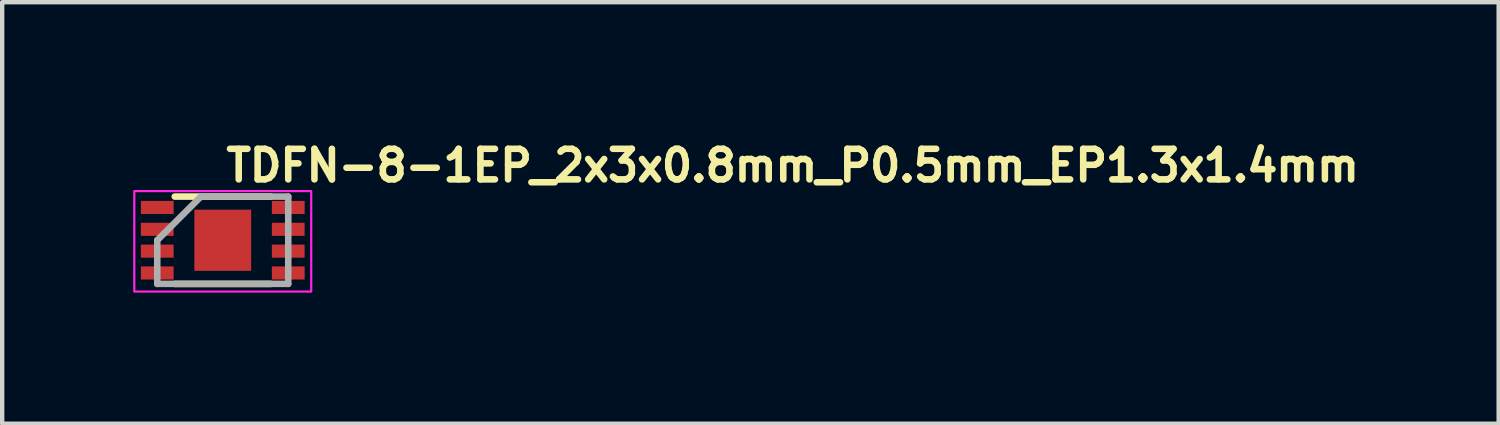
<source format=kicad_pcb>
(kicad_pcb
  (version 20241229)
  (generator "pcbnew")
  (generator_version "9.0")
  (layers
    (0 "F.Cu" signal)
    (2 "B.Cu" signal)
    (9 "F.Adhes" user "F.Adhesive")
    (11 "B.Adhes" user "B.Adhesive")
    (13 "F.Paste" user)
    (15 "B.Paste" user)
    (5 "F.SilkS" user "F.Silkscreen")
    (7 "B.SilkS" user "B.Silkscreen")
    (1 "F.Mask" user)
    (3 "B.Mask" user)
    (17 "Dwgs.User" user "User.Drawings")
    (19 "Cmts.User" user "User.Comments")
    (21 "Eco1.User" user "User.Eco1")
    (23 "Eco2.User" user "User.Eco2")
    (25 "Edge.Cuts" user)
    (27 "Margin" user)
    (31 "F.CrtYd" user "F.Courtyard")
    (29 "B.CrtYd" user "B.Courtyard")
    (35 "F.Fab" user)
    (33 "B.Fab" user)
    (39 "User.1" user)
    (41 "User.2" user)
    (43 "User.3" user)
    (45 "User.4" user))
  (footprint "TDFN-8-1EP_2x3x0.8mm_P0.5mm_EP1.3x1.4mm"
    (layer "F.Cu")
    (at 2.05 2.45)
    (property "Reference" "TDFN-8-1EP_2x3x0.8mm_P0.5mm_EP1.3x1.4mm" (at 0 -1.3 0) (layer "F.SilkS") (effects (font (size 0.7 0.7) (thickness 0.15)) (justify left bottom)))
    (attr smd)
    (fp_line (start -1.1 -1) (end 1.1 -1) (stroke (width 0.15) (type solid)) (layer "F.SilkS"))
    (fp_line (start -1.1 1) (end 1.1 1) (stroke (width 0.15) (type solid)) (layer "F.SilkS"))
    (fp_rect (start -2.025 -1.125) (end 2.025 1.175) (stroke (width 0.05) (type solid)) (fill no) (layer "F.CrtYd"))
    (fp_line (start -1.5 0) (end -0.5 -1) (stroke (width 0.15) (type solid)) (layer "F.Fab"))
    (fp_line (start -1.5 0.999) (end -1.5 0) (stroke (width 0.15) (type solid)) (layer "F.Fab"))
    (fp_line (start -0.5 -1) (end 1.499 -1) (stroke (width 0.15) (type solid)) (layer "F.Fab"))
    (fp_line (start 1.499 -1) (end 1.499 0.999) (stroke (width 0.15) (type solid)) (layer "F.Fab"))
    (fp_line (start 1.499 0.999) (end -1.5 0.999) (stroke (width 0.15) (type solid)) (layer "F.Fab"))
    (fp_line (start -1.52 -0.85) (end -1.5 -0.85) (stroke (width 0.01) (type solid)) (layer "User.9"))
    (fp_line (start -1.52 -0.6) (end -1.52 -0.85) (stroke (width 0.01) (type solid)) (layer "User.9"))
    (fp_line (start -1.52 -0.35) (end -1.5 -0.35) (stroke (width 0.01) (type solid)) (layer "User.9"))
    (fp_line (start -1.52 -0.1) (end -1.52 -0.35) (stroke (width 0.01) (type solid)) (layer "User.9"))
    (fp_line (start -1.52 0.15) (end -1.5 0.15) (stroke (width 0.01) (type solid)) (layer "User.9"))
    (fp_line (start -1.52 0.4) (end -1.52 0.15) (stroke (width 0.01) (type solid)) (layer "User.9"))
    (fp_line (start -1.52 0.65) (end -1.5 0.65) (stroke (width 0.01) (type solid)) (layer "User.9"))
    (fp_line (start -1.52 0.9) (end -1.52 0.65) (stroke (width 0.01) (type solid)) (layer "User.9"))
    (fp_line (start -1.5 -0.975) (end 1.5 -0.975) (stroke (width 0.01) (type solid)) (layer "User.9"))
    (fp_line (start -1.5 -0.6) (end -1.52 -0.6) (stroke (width 0.01) (type solid)) (layer "User.9"))
    (fp_line (start -1.5 -0.1) (end -1.52 -0.1) (stroke (width 0.01) (type solid)) (layer "User.9"))
    (fp_line (start -1.5 0.4) (end -1.52 0.4) (stroke (width 0.01) (type solid)) (layer "User.9"))
    (fp_line (start -1.5 0.9) (end -1.52 0.9) (stroke (width 0.01) (type solid)) (layer "User.9"))
    (fp_line (start -1.5 1.025) (end -1.5 -0.975) (stroke (width 0.01) (type solid)) (layer "User.9"))
    (fp_line (start -1.38 -0.677) (end -1.38 -0.677) (stroke (width 0.01) (type solid)) (layer "User.9"))
    (fp_line (start -1.38 -0.677) (end -1.38 -0.668) (stroke (width 0.01) (type solid)) (layer "User.9"))
    (fp_line (start -1.38 -0.686) (end -1.38 -0.677) (stroke (width 0.01) (type solid)) (layer "User.9"))
    (fp_line (start -1.38 -0.668) (end -1.379 -0.659) (stroke (width 0.01) (type solid)) (layer "User.9"))
    (fp_line (start -1.379 -0.695) (end -1.38 -0.686) (stroke (width 0.01) (type solid)) (layer "User.9"))
    (fp_line (start -1.379 -0.659) (end -1.378 -0.65) (stroke (width 0.01) (type solid)) (layer "User.9"))
    (fp_line (start -1.378 -0.704) (end -1.379 -0.695) (stroke (width 0.01) (type solid)) (layer "User.9"))
    (fp_line (start -1.378 -0.65) (end -1.376 -0.642) (stroke (width 0.01) (type solid)) (layer "User.9"))
    (fp_line (start -1.376 -0.712) (end -1.378 -0.704) (stroke (width 0.01) (type solid)) (layer "User.9"))
    (fp_line (start -1.376 -0.642) (end -1.374 -0.633) (stroke (width 0.01) (type solid)) (layer "User.9"))
    (fp_line (start -1.374 -0.721) (end -1.376 -0.712) (stroke (width 0.01) (type solid)) (layer "User.9"))
    (fp_line (start -1.374 -0.633) (end -1.372 -0.625) (stroke (width 0.01) (type solid)) (layer "User.9"))
    (fp_line (start -1.372 -0.729) (end -1.374 -0.721) (stroke (width 0.01) (type solid)) (layer "User.9"))
    (fp_line (start -1.372 -0.625) (end -1.369 -0.617) (stroke (width 0.01) (type solid)) (layer "User.9"))
    (fp_line (start -1.369 -0.737) (end -1.372 -0.729) (stroke (width 0.01) (type solid)) (layer "User.9"))
    (fp_line (start -1.369 -0.617) (end -1.366 -0.609) (stroke (width 0.01) (type solid)) (layer "User.9"))
    (fp_line (start -1.366 -0.745) (end -1.369 -0.737) (stroke (width 0.01) (type solid)) (layer "User.9"))
    (fp_line (start -1.366 -0.609) (end -1.363 -0.601) (stroke (width 0.01) (type solid)) (layer "User.9"))
    (fp_line (start -1.363 -0.753) (end -1.366 -0.745) (stroke (width 0.01) (type solid)) (layer "User.9"))
    (fp_line (start -1.363 -0.601) (end -1.359 -0.593) (stroke (width 0.01) (type solid)) (layer "User.9"))
    (fp_line (start -1.359 -0.76) (end -1.363 -0.753) (stroke (width 0.01) (type solid)) (layer "User.9"))
    (fp_line (start -1.359 -0.593) (end -1.355 -0.586) (stroke (width 0.01) (type solid)) (layer "User.9"))
    (fp_line (start -1.355 -0.768) (end -1.359 -0.76) (stroke (width 0.01) (type solid)) (layer "User.9"))
    (fp_line (start -1.355 -0.586) (end -1.35 -0.579) (stroke (width 0.01) (type solid)) (layer "User.9"))
    (fp_line (start -1.35 -0.775) (end -1.355 -0.768) (stroke (width 0.01) (type solid)) (layer "User.9"))
    (fp_line (start -1.35 -0.579) (end -1.345 -0.572) (stroke (width 0.01) (type solid)) (layer "User.9"))
    (fp_line (start -1.345 -0.782) (end -1.35 -0.775) (stroke (width 0.01) (type solid)) (layer "User.9"))
    (fp_line (start -1.345 -0.572) (end -1.34 -0.566) (stroke (width 0.01) (type solid)) (layer "User.9"))
    (fp_line (start -1.34 -0.788) (end -1.345 -0.782) (stroke (width 0.01) (type solid)) (layer "User.9"))
    (fp_line (start -1.34 -0.566) (end -1.334 -0.559) (stroke (width 0.01) (type solid)) (layer "User.9"))
    (fp_line (start -1.334 -0.795) (end -1.34 -0.788) (stroke (width 0.01) (type solid)) (layer "User.9"))
    (fp_line (start -1.334 -0.559) (end -1.329 -0.553) (stroke (width 0.01) (type solid)) (layer "User.9"))
    (fp_line (start -1.329 -0.801) (end -1.334 -0.795) (stroke (width 0.01) (type solid)) (layer "User.9"))
    (fp_line (start -1.329 -0.553) (end -1.323 -0.547) (stroke (width 0.01) (type solid)) (layer "User.9"))
    (fp_line (start -1.323 -0.806) (end -1.329 -0.801) (stroke (width 0.01) (type solid)) (layer "User.9"))
    (fp_line (start -1.323 -0.547) (end -1.316 -0.542) (stroke (width 0.01) (type solid)) (layer "User.9"))
    (fp_line (start -1.316 -0.812) (end -1.323 -0.806) (stroke (width 0.01) (type solid)) (layer "User.9"))
    (fp_line (start -1.316 -0.542) (end -1.31 -0.537) (stroke (width 0.01) (type solid)) (layer "User.9"))
    (fp_line (start -1.31 -0.817) (end -1.316 -0.812) (stroke (width 0.01) (type solid)) (layer "User.9"))
    (fp_line (start -1.31 -0.537) (end -1.303 -0.532) (stroke (width 0.01) (type solid)) (layer "User.9"))
    (fp_line (start -1.303 -0.822) (end -1.31 -0.817) (stroke (width 0.01) (type solid)) (layer "User.9"))
    (fp_line (start -1.303 -0.532) (end -1.296 -0.527) (stroke (width 0.01) (type solid)) (layer "User.9"))
    (fp_line (start -1.296 -0.827) (end -1.303 -0.822) (stroke (width 0.01) (type solid)) (layer "User.9"))
    (fp_line (start -1.296 -0.527) (end -1.288 -0.523) (stroke (width 0.01) (type solid)) (layer "User.9"))
    (fp_line (start -1.288 -0.831) (end -1.296 -0.827) (stroke (width 0.01) (type solid)) (layer "User.9"))
    (fp_line (start -1.288 -0.523) (end -1.281 -0.519) (stroke (width 0.01) (type solid)) (layer "User.9"))
    (fp_line (start -1.281 -0.835) (end -1.288 -0.831) (stroke (width 0.01) (type solid)) (layer "User.9"))
    (fp_line (start -1.281 -0.519) (end -1.273 -0.516) (stroke (width 0.01) (type solid)) (layer "User.9"))
    (fp_line (start -1.273 -0.838) (end -1.281 -0.835) (stroke (width 0.01) (type solid)) (layer "User.9"))
    (fp_line (start -1.273 -0.516) (end -1.265 -0.512) (stroke (width 0.01) (type solid)) (layer "User.9"))
    (fp_line (start -1.265 -0.841) (end -1.273 -0.838) (stroke (width 0.01) (type solid)) (layer "User.9"))
    (fp_line (start -1.265 -0.512) (end -1.257 -0.51) (stroke (width 0.01) (type solid)) (layer "User.9"))
    (fp_line (start -1.257 -0.844) (end -1.265 -0.841) (stroke (width 0.01) (type solid)) (layer "User.9"))
    (fp_line (start -1.257 -0.51) (end -1.249 -0.507) (stroke (width 0.01) (type solid)) (layer "User.9"))
    (fp_line (start -1.249 -0.846) (end -1.257 -0.844) (stroke (width 0.01) (type solid)) (layer "User.9"))
    (fp_line (start -1.249 -0.507) (end -1.24 -0.505) (stroke (width 0.01) (type solid)) (layer "User.9"))
    (fp_line (start -1.24 -0.848) (end -1.249 -0.846) (stroke (width 0.01) (type solid)) (layer "User.9"))
    (fp_line (start -1.24 -0.505) (end -1.232 -0.504) (stroke (width 0.01) (type solid)) (layer "User.9"))
    (fp_line (start -1.232 -0.85) (end -1.24 -0.848) (stroke (width 0.01) (type solid)) (layer "User.9"))
    (fp_line (start -1.232 -0.504) (end -1.223 -0.503) (stroke (width 0.01) (type solid)) (layer "User.9"))
    (fp_line (start -1.223 -0.851) (end -1.232 -0.85) (stroke (width 0.01) (type solid)) (layer "User.9"))
    (fp_line (start -1.223 -0.503) (end -1.214 -0.502) (stroke (width 0.01) (type solid)) (layer "User.9"))
    (fp_line (start -1.214 -0.852) (end -1.223 -0.851) (stroke (width 0.01) (type solid)) (layer "User.9"))
    (fp_line (start -1.214 -0.502) (end -1.205 -0.502) (stroke (width 0.01) (type solid)) (layer "User.9"))
    (fp_line (start -1.205 -0.852) (end -1.214 -0.852) (stroke (width 0.01) (type solid)) (layer "User.9"))
    (fp_line (start -1.205 -0.502) (end -1.196 -0.502) (stroke (width 0.01) (type solid)) (layer "User.9"))
    (fp_line (start -1.196 -0.852) (end -1.205 -0.852) (stroke (width 0.01) (type solid)) (layer "User.9"))
    (fp_line (start -1.196 -0.502) (end -1.187 -0.503) (stroke (width 0.01) (type solid)) (layer "User.9"))
    (fp_line (start -1.187 -0.851) (end -1.196 -0.852) (stroke (width 0.01) (type solid)) (layer "User.9"))
    (fp_line (start -1.187 -0.503) (end -1.178 -0.504) (stroke (width 0.01) (type solid)) (layer "User.9"))
    (fp_line (start -1.178 -0.85) (end -1.187 -0.851) (stroke (width 0.01) (type solid)) (layer "User.9"))
    (fp_line (start -1.178 -0.504) (end -1.17 -0.505) (stroke (width 0.01) (type solid)) (layer "User.9"))
    (fp_line (start -1.17 -0.848) (end -1.178 -0.85) (stroke (width 0.01) (type solid)) (layer "User.9"))
    (fp_line (start -1.17 -0.505) (end -1.161 -0.507) (stroke (width 0.01) (type solid)) (layer "User.9"))
    (fp_line (start -1.161 -0.846) (end -1.17 -0.848) (stroke (width 0.01) (type solid)) (layer "User.9"))
    (fp_line (start -1.161 -0.507) (end -1.153 -0.51) (stroke (width 0.01) (type solid)) (layer "User.9"))
    (fp_line (start -1.153 -0.844) (end -1.161 -0.846) (stroke (width 0.01) (type solid)) (layer "User.9"))
    (fp_line (start -1.153 -0.51) (end -1.145 -0.512) (stroke (width 0.01) (type solid)) (layer "User.9"))
    (fp_line (start -1.145 -0.841) (end -1.153 -0.844) (stroke (width 0.01) (type solid)) (layer "User.9"))
    (fp_line (start -1.145 -0.512) (end -1.137 -0.516) (stroke (width 0.01) (type solid)) (layer "User.9"))
    (fp_line (start -1.137 -0.838) (end -1.145 -0.841) (stroke (width 0.01) (type solid)) (layer "User.9"))
    (fp_line (start -1.137 -0.516) (end -1.129 -0.519) (stroke (width 0.01) (type solid)) (layer "User.9"))
    (fp_line (start -1.129 -0.835) (end -1.137 -0.838) (stroke (width 0.01) (type solid)) (layer "User.9"))
    (fp_line (start -1.129 -0.519) (end -1.122 -0.523) (stroke (width 0.01) (type solid)) (layer "User.9"))
    (fp_line (start -1.122 -0.831) (end -1.129 -0.835) (stroke (width 0.01) (type solid)) (layer "User.9"))
    (fp_line (start -1.122 -0.523) (end -1.114 -0.527) (stroke (width 0.01) (type solid)) (layer "User.9"))
    (fp_line (start -1.114 -0.827) (end -1.122 -0.831) (stroke (width 0.01) (type solid)) (layer "User.9"))
    (fp_line (start -1.114 -0.527) (end -1.107 -0.532) (stroke (width 0.01) (type solid)) (layer "User.9"))
    (fp_line (start -1.107 -0.822) (end -1.114 -0.827) (stroke (width 0.01) (type solid)) (layer "User.9"))
    (fp_line (start -1.107 -0.532) (end -1.1 -0.537) (stroke (width 0.01) (type solid)) (layer "User.9"))
    (fp_line (start -1.1 -0.817) (end -1.107 -0.822) (stroke (width 0.01) (type solid)) (layer "User.9"))
    (fp_line (start -1.1 -0.537) (end -1.094 -0.542) (stroke (width 0.01) (type solid)) (layer "User.9"))
    (fp_line (start -1.094 -0.812) (end -1.1 -0.817) (stroke (width 0.01) (type solid)) (layer "User.9"))
    (fp_line (start -1.094 -0.542) (end -1.087 -0.547) (stroke (width 0.01) (type solid)) (layer "User.9"))
    (fp_line (start -1.087 -0.806) (end -1.094 -0.812) (stroke (width 0.01) (type solid)) (layer "User.9"))
    (fp_line (start -1.087 -0.547) (end -1.081 -0.553) (stroke (width 0.01) (type solid)) (layer "User.9"))
    (fp_line (start -1.081 -0.801) (end -1.087 -0.806) (stroke (width 0.01) (type solid)) (layer "User.9"))
    (fp_line (start -1.081 -0.553) (end -1.075 -0.559) (stroke (width 0.01) (type solid)) (layer "User.9"))
    (fp_line (start -1.075 -0.795) (end -1.081 -0.801) (stroke (width 0.01) (type solid)) (layer "User.9"))
    (fp_line (start -1.075 -0.559) (end -1.07 -0.566) (stroke (width 0.01) (type solid)) (layer "User.9"))
    (fp_line (start -1.07 -0.788) (end -1.075 -0.795) (stroke (width 0.01) (type solid)) (layer "User.9"))
    (fp_line (start -1.07 -0.566) (end -1.065 -0.572) (stroke (width 0.01) (type solid)) (layer "User.9"))
    (fp_line (start -1.065 -0.782) (end -1.07 -0.788) (stroke (width 0.01) (type solid)) (layer "User.9"))
    (fp_line (start -1.065 -0.572) (end -1.06 -0.579) (stroke (width 0.01) (type solid)) (layer "User.9"))
    (fp_line (start -1.06 -0.775) (end -1.065 -0.782) (stroke (width 0.01) (type solid)) (layer "User.9"))
    (fp_line (start -1.06 -0.579) (end -1.055 -0.586) (stroke (width 0.01) (type solid)) (layer "User.9"))
    (fp_line (start -1.055 -0.768) (end -1.06 -0.775) (stroke (width 0.01) (type solid)) (layer "User.9"))
    (fp_line (start -1.055 -0.586) (end -1.051 -0.593) (stroke (width 0.01) (type solid)) (layer "User.9"))
    (fp_line (start -1.051 -0.76) (end -1.055 -0.768) (stroke (width 0.01) (type solid)) (layer "User.9"))
    (fp_line (start -1.051 -0.593) (end -1.047 -0.601) (stroke (width 0.01) (type solid)) (layer "User.9"))
    (fp_line (start -1.047 -0.753) (end -1.051 -0.76) (stroke (width 0.01) (type solid)) (layer "User.9"))
    (fp_line (start -1.047 -0.601) (end -1.044 -0.609) (stroke (width 0.01) (type solid)) (layer "User.9"))
    (fp_line (start -1.044 -0.745) (end -1.047 -0.753) (stroke (width 0.01) (type solid)) (layer "User.9"))
    (fp_line (start -1.044 -0.609) (end -1.041 -0.617) (stroke (width 0.01) (type solid)) (layer "User.9"))
    (fp_line (start -1.041 -0.737) (end -1.044 -0.745) (stroke (width 0.01) (type solid)) (layer "User.9"))
    (fp_line (start -1.041 -0.617) (end -1.038 -0.625) (stroke (width 0.01) (type solid)) (layer "User.9"))
    (fp_line (start -1.038 -0.729) (end -1.041 -0.737) (stroke (width 0.01) (type solid)) (layer "User.9"))
    (fp_line (start -1.038 -0.625) (end -1.035 -0.633) (stroke (width 0.01) (type solid)) (layer "User.9"))
    (fp_line (start -1.035 -0.721) (end -1.038 -0.729) (stroke (width 0.01) (type solid)) (layer "User.9"))
    (fp_line (start -1.035 -0.633) (end -1.034 -0.642) (stroke (width 0.01) (type solid)) (layer "User.9"))
    (fp_line (start -1.034 -0.712) (end -1.035 -0.721) (stroke (width 0.01) (type solid)) (layer "User.9"))
    (fp_line (start -1.034 -0.642) (end -1.032 -0.65) (stroke (width 0.01) (type solid)) (layer "User.9"))
    (fp_line (start -1.032 -0.704) (end -1.034 -0.712) (stroke (width 0.01) (type solid)) (layer "User.9"))
    (fp_line (start -1.032 -0.65) (end -1.031 -0.659) (stroke (width 0.01) (type solid)) (layer "User.9"))
    (fp_line (start -1.031 -0.695) (end -1.032 -0.704) (stroke (width 0.01) (type solid)) (layer "User.9"))
    (fp_line (start -1.031 -0.659) (end -1.03 -0.668) (stroke (width 0.01) (type solid)) (layer "User.9"))
    (fp_line (start -1.03 -0.686) (end -1.031 -0.695) (stroke (width 0.01) (type solid)) (layer "User.9"))
    (fp_line (start -1.03 -0.668) (end -1.03 -0.677) (stroke (width 0.01) (type solid)) (layer "User.9"))
    (fp_line (start -1.03 -0.677) (end -1.03 -0.686) (stroke (width 0.01) (type solid)) (layer "User.9"))
    (fp_line (start -1.03 -0.677) (end -1.03 -0.677) (stroke (width 0.01) (type solid)) (layer "User.9"))
    (fp_line (start 1.5 -0.975) (end 1.5 1.025) (stroke (width 0.01) (type solid)) (layer "User.9"))
    (fp_line (start 1.5 -0.6) (end 1.52 -0.6) (stroke (width 0.01) (type solid)) (layer "User.9"))
    (fp_line (start 1.5 -0.1) (end 1.52 -0.1) (stroke (width 0.01) (type solid)) (layer "User.9"))
    (fp_line (start 1.5 0.4) (end 1.52 0.4) (stroke (width 0.01) (type solid)) (layer "User.9"))
    (fp_line (start 1.5 0.9) (end 1.52 0.9) (stroke (width 0.01) (type solid)) (layer "User.9"))
    (fp_line (start 1.5 1.025) (end -1.5 1.025) (stroke (width 0.01) (type solid)) (layer "User.9"))
    (fp_line (start 1.52 -0.85) (end 1.5 -0.85) (stroke (width 0.01) (type solid)) (layer "User.9"))
    (fp_line (start 1.52 -0.6) (end 1.52 -0.85) (stroke (width 0.01) (type solid)) (layer "User.9"))
    (fp_line (start 1.52 -0.35) (end 1.5 -0.35) (stroke (width 0.01) (type solid)) (layer "User.9"))
    (fp_line (start 1.52 -0.1) (end 1.52 -0.35) (stroke (width 0.01) (type solid)) (layer "User.9"))
    (fp_line (start 1.52 0.15) (end 1.5 0.15) (stroke (width 0.01) (type solid)) (layer "User.9"))
    (fp_line (start 1.52 0.4) (end 1.52 0.15) (stroke (width 0.01) (type solid)) (layer "User.9"))
    (fp_line (start 1.52 0.65) (end 1.5 0.65) (stroke (width 0.01) (type solid)) (layer "User.9"))
    (fp_line (start 1.52 0.9) (end 1.52 0.65) (stroke (width 0.01) (type solid)) (layer "User.9"))
    (pad "" smd rect (at -0.326 -0.375) (size 0.5 0.6) (layers "F.Paste"))
    (pad "" smd rect (at -0.326 0.374) (size 0.5 0.6) (layers "F.Paste"))
    (pad "" smd rect (at 0.325 -0.375) (size 0.5 0.6) (layers "F.Paste"))
    (pad "" smd rect (at 0.325 0.374) (size 0.5 0.6) (layers "F.Paste"))
    (pad "1" smd rect (at -1.5 -0.75) (size 0.75 0.3) (layers "F.Cu" "F.Mask" "F.Paste"))
    (pad "2" smd rect (at -1.5 -0.25) (size 0.75 0.3) (layers "F.Cu" "F.Mask" "F.Paste"))
    (pad "3" smd rect (at -1.5 0.249) (size 0.75 0.3) (layers "F.Cu" "F.Mask" "F.Paste"))
    (pad "4" smd rect (at -1.5 0.749) (size 0.75 0.3) (layers "F.Cu" "F.Mask" "F.Paste"))
    (pad "5" smd rect (at 1.499 0.749) (size 0.75 0.3) (layers "F.Cu" "F.Mask" "F.Paste"))
    (pad "6" smd rect (at 1.499 0.249) (size 0.75 0.3) (layers "F.Cu" "F.Mask" "F.Paste"))
    (pad "7" smd rect (at 1.499 -0.25) (size 0.75 0.3) (layers "F.Cu" "F.Mask" "F.Paste"))
    (pad "8" smd rect (at 1.499 -0.75) (size 0.75 0.3) (layers "F.Cu" "F.Mask" "F.Paste"))
    (pad "9" smd rect (at 0 0) (size 1.3 1.4) (layers "F.Cu" "F.Mask")))
  (gr_rect
    (start -3 -3)
    (end 31.26 6.65)
    (stroke (width 0.1) (type default))
    (fill no)
    (layer "Edge.Cuts")))
</source>
